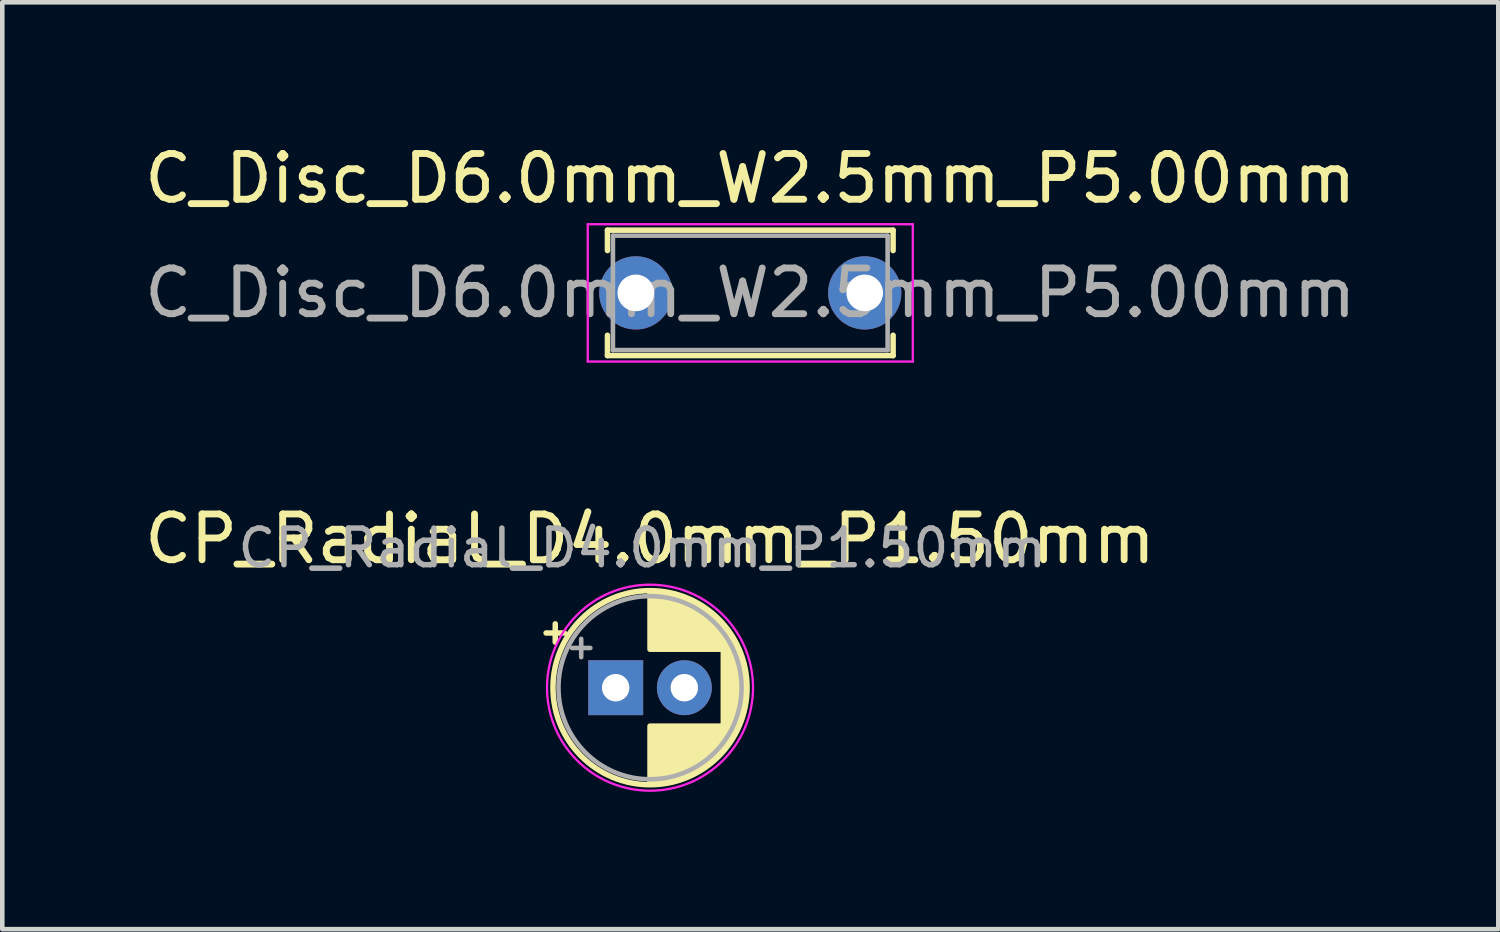
<source format=kicad_pcb>
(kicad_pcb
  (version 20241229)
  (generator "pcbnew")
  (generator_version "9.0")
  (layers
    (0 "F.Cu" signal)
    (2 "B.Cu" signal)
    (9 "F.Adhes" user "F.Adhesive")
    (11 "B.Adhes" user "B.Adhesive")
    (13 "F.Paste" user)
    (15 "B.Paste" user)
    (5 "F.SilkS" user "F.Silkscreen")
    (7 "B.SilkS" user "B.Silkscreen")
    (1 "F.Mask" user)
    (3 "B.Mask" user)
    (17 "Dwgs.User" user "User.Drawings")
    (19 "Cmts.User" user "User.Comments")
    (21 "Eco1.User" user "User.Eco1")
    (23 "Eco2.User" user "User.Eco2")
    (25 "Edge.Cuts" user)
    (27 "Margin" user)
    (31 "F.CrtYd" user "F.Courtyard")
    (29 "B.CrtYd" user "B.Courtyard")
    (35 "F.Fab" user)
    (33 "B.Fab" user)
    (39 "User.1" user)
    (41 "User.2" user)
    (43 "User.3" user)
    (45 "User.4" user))
  (footprint "C_Disc_D6.0mm_W2.5mm_P5.00mm"
    (layer "F.Cu")
    (at 10.839 3.348)
    (property "Reference" "C_Disc_D6.0mm_W2.5mm_P5.00mm" (at 2.5 -2.5 180) (layer "F.SilkS") (effects (font (size 1 1) (thickness 0.15))))
    (attr through_hole)
    (fp_line (start -0.62 -1.37) (end -0.62 -0.925) (stroke (width 0.12) (type solid)) (layer "F.SilkS"))
    (fp_line (start -0.62 -1.37) (end 5.62 -1.37) (stroke (width 0.12) (type solid)) (layer "F.SilkS"))
    (fp_line (start -0.62 0.925) (end -0.62 1.37) (stroke (width 0.12) (type solid)) (layer "F.SilkS"))
    (fp_line (start -0.62 1.37) (end 5.62 1.37) (stroke (width 0.12) (type solid)) (layer "F.SilkS"))
    (fp_line (start 5.62 -1.37) (end 5.62 -0.925) (stroke (width 0.12) (type solid)) (layer "F.SilkS"))
    (fp_line (start 5.62 0.925) (end 5.62 1.37) (stroke (width 0.12) (type solid)) (layer "F.SilkS"))
    (fp_line (start -1.05 -1.5) (end -1.05 1.5) (stroke (width 0.05) (type solid)) (layer "F.CrtYd"))
    (fp_line (start -1.05 1.5) (end 6.05 1.5) (stroke (width 0.05) (type solid)) (layer "F.CrtYd"))
    (fp_line (start 6.05 -1.5) (end -1.05 -1.5) (stroke (width 0.05) (type solid)) (layer "F.CrtYd"))
    (fp_line (start 6.05 1.5) (end 6.05 -1.5) (stroke (width 0.05) (type solid)) (layer "F.CrtYd"))
    (fp_line (start -0.5 -1.25) (end -0.5 1.25) (stroke (width 0.1) (type solid)) (layer "F.Fab"))
    (fp_line (start -0.5 1.25) (end 5.5 1.25) (stroke (width 0.1) (type solid)) (layer "F.Fab"))
    (fp_line (start 5.5 -1.25) (end -0.5 -1.25) (stroke (width 0.1) (type solid)) (layer "F.Fab"))
    (fp_line (start 5.5 1.25) (end 5.5 -1.25) (stroke (width 0.1) (type solid)) (layer "F.Fab"))
    (fp_text user "${REFERENCE}" (at 2.5 0 180) (layer "F.Fab") (effects (font (size 1 1) (thickness 0.15))))
    (pad "1" thru_hole circle (at 0 0) (size 1.6 1.6) (drill 0.8) (layers "*.Cu" "*.Mask"))
    (pad "2" thru_hole circle (at 5 0) (size 1.6 1.6) (drill 0.8) (layers "*.Cu" "*.Mask")))
  (footprint "CP_Radial_D4.0mm_P1.50mm"
    (layer "F.Cu")
    (at 10.399 11.972)
    (property "Reference" "CP_Radial_D4.0mm_P1.50mm" (at 0.75 -3.25 0) (layer "F.SilkS") (effects (font (size 1 1) (thickness 0.15))))
    (attr through_hole)
    (fp_line (start -1.52 -1.195) (end -1.12 -1.195) (stroke (width 0.12) (type solid)) (layer "F.SilkS"))
    (fp_line (start -1.32 -1.395) (end -1.32 -0.995) (stroke (width 0.12) (type solid)) (layer "F.SilkS"))
    (fp_line (start 0.75 -2.08) (end 0.75 -0.84) (stroke (width 0.12) (type solid)) (layer "F.SilkS"))
    (fp_line (start 0.75 0.84) (end 0.75 2.08) (stroke (width 0.12) (type solid)) (layer "F.SilkS"))
    (fp_line (start 0.79 -2.08) (end 0.79 -0.84) (stroke (width 0.12) (type solid)) (layer "F.SilkS"))
    (fp_line (start 0.79 0.84) (end 0.79 2.08) (stroke (width 0.12) (type solid)) (layer "F.SilkS"))
    (fp_line (start 0.83 -2.079) (end 0.83 -0.84) (stroke (width 0.12) (type solid)) (layer "F.SilkS"))
    (fp_line (start 0.83 0.84) (end 0.83 2.079) (stroke (width 0.12) (type solid)) (layer "F.SilkS"))
    (fp_line (start 0.87 -2.077) (end 0.87 -0.84) (stroke (width 0.12) (type solid)) (layer "F.SilkS"))
    (fp_line (start 0.87 0.84) (end 0.87 2.077) (stroke (width 0.12) (type solid)) (layer "F.SilkS"))
    (fp_line (start 0.91 -2.074) (end 0.91 -0.84) (stroke (width 0.12) (type solid)) (layer "F.SilkS"))
    (fp_line (start 0.91 0.84) (end 0.91 2.074) (stroke (width 0.12) (type solid)) (layer "F.SilkS"))
    (fp_line (start 0.95 -2.071) (end 0.95 -0.84) (stroke (width 0.12) (type solid)) (layer "F.SilkS"))
    (fp_line (start 0.95 0.84) (end 0.95 2.071) (stroke (width 0.12) (type solid)) (layer "F.SilkS"))
    (fp_line (start 0.99 -2.067) (end 0.99 -0.84) (stroke (width 0.12) (type solid)) (layer "F.SilkS"))
    (fp_line (start 0.99 0.84) (end 0.99 2.067) (stroke (width 0.12) (type solid)) (layer "F.SilkS"))
    (fp_line (start 1.03 -2.062) (end 1.03 -0.84) (stroke (width 0.12) (type solid)) (layer "F.SilkS"))
    (fp_line (start 1.03 0.84) (end 1.03 2.062) (stroke (width 0.12) (type solid)) (layer "F.SilkS"))
    (fp_line (start 1.07 -2.056) (end 1.07 -0.84) (stroke (width 0.12) (type solid)) (layer "F.SilkS"))
    (fp_line (start 1.07 0.84) (end 1.07 2.056) (stroke (width 0.12) (type solid)) (layer "F.SilkS"))
    (fp_line (start 1.11 -2.05) (end 1.11 -0.84) (stroke (width 0.12) (type solid)) (layer "F.SilkS"))
    (fp_line (start 1.11 0.84) (end 1.11 2.05) (stroke (width 0.12) (type solid)) (layer "F.SilkS"))
    (fp_line (start 1.15 -2.042) (end 1.15 -0.84) (stroke (width 0.12) (type solid)) (layer "F.SilkS"))
    (fp_line (start 1.15 0.84) (end 1.15 2.042) (stroke (width 0.12) (type solid)) (layer "F.SilkS"))
    (fp_line (start 1.19 -2.034) (end 1.19 -0.84) (stroke (width 0.12) (type solid)) (layer "F.SilkS"))
    (fp_line (start 1.19 0.84) (end 1.19 2.034) (stroke (width 0.12) (type solid)) (layer "F.SilkS"))
    (fp_line (start 1.23 -2.025) (end 1.23 -0.84) (stroke (width 0.12) (type solid)) (layer "F.SilkS"))
    (fp_line (start 1.23 0.84) (end 1.23 2.025) (stroke (width 0.12) (type solid)) (layer "F.SilkS"))
    (fp_line (start 1.27 -2.016) (end 1.27 -0.84) (stroke (width 0.12) (type solid)) (layer "F.SilkS"))
    (fp_line (start 1.27 0.84) (end 1.27 2.016) (stroke (width 0.12) (type solid)) (layer "F.SilkS"))
    (fp_line (start 1.31 -2.005) (end 1.31 -0.84) (stroke (width 0.12) (type solid)) (layer "F.SilkS"))
    (fp_line (start 1.31 0.84) (end 1.31 2.005) (stroke (width 0.12) (type solid)) (layer "F.SilkS"))
    (fp_line (start 1.35 -1.994) (end 1.35 -0.84) (stroke (width 0.12) (type solid)) (layer "F.SilkS"))
    (fp_line (start 1.35 0.84) (end 1.35 1.994) (stroke (width 0.12) (type solid)) (layer "F.SilkS"))
    (fp_line (start 1.39 -1.982) (end 1.39 -0.84) (stroke (width 0.12) (type solid)) (layer "F.SilkS"))
    (fp_line (start 1.39 0.84) (end 1.39 1.982) (stroke (width 0.12) (type solid)) (layer "F.SilkS"))
    (fp_line (start 1.43 -1.968) (end 1.43 -0.84) (stroke (width 0.12) (type solid)) (layer "F.SilkS"))
    (fp_line (start 1.43 0.84) (end 1.43 1.968) (stroke (width 0.12) (type solid)) (layer "F.SilkS"))
    (fp_line (start 1.471 -1.954) (end 1.471 -0.84) (stroke (width 0.12) (type solid)) (layer "F.SilkS"))
    (fp_line (start 1.471 0.84) (end 1.471 1.954) (stroke (width 0.12) (type solid)) (layer "F.SilkS"))
    (fp_line (start 1.511 -1.94) (end 1.511 -0.84) (stroke (width 0.12) (type solid)) (layer "F.SilkS"))
    (fp_line (start 1.511 0.84) (end 1.511 1.94) (stroke (width 0.12) (type solid)) (layer "F.SilkS"))
    (fp_line (start 1.551 -1.924) (end 1.551 -0.84) (stroke (width 0.12) (type solid)) (layer "F.SilkS"))
    (fp_line (start 1.551 0.84) (end 1.551 1.924) (stroke (width 0.12) (type solid)) (layer "F.SilkS"))
    (fp_line (start 1.591 -1.907) (end 1.591 -0.84) (stroke (width 0.12) (type solid)) (layer "F.SilkS"))
    (fp_line (start 1.591 0.84) (end 1.591 1.907) (stroke (width 0.12) (type solid)) (layer "F.SilkS"))
    (fp_line (start 1.631 -1.889) (end 1.631 -0.84) (stroke (width 0.12) (type solid)) (layer "F.SilkS"))
    (fp_line (start 1.631 0.84) (end 1.631 1.889) (stroke (width 0.12) (type solid)) (layer "F.SilkS"))
    (fp_line (start 1.671 -1.87) (end 1.671 -0.84) (stroke (width 0.12) (type solid)) (layer "F.SilkS"))
    (fp_line (start 1.671 0.84) (end 1.671 1.87) (stroke (width 0.12) (type solid)) (layer "F.SilkS"))
    (fp_line (start 1.711 -1.851) (end 1.711 -0.84) (stroke (width 0.12) (type solid)) (layer "F.SilkS"))
    (fp_line (start 1.711 0.84) (end 1.711 1.851) (stroke (width 0.12) (type solid)) (layer "F.SilkS"))
    (fp_line (start 1.751 -1.83) (end 1.751 -0.84) (stroke (width 0.12) (type solid)) (layer "F.SilkS"))
    (fp_line (start 1.751 0.84) (end 1.751 1.83) (stroke (width 0.12) (type solid)) (layer "F.SilkS"))
    (fp_line (start 1.791 -1.808) (end 1.791 -0.84) (stroke (width 0.12) (type solid)) (layer "F.SilkS"))
    (fp_line (start 1.791 0.84) (end 1.791 1.808) (stroke (width 0.12) (type solid)) (layer "F.SilkS"))
    (fp_line (start 1.831 -1.785) (end 1.831 -0.84) (stroke (width 0.12) (type solid)) (layer "F.SilkS"))
    (fp_line (start 1.831 0.84) (end 1.831 1.785) (stroke (width 0.12) (type solid)) (layer "F.SilkS"))
    (fp_line (start 1.871 -1.76) (end 1.871 -0.84) (stroke (width 0.12) (type solid)) (layer "F.SilkS"))
    (fp_line (start 1.871 0.84) (end 1.871 1.76) (stroke (width 0.12) (type solid)) (layer "F.SilkS"))
    (fp_line (start 1.911 -1.735) (end 1.911 -0.84) (stroke (width 0.12) (type solid)) (layer "F.SilkS"))
    (fp_line (start 1.911 0.84) (end 1.911 1.735) (stroke (width 0.12) (type solid)) (layer "F.SilkS"))
    (fp_line (start 1.951 -1.708) (end 1.951 -0.84) (stroke (width 0.12) (type solid)) (layer "F.SilkS"))
    (fp_line (start 1.951 0.84) (end 1.951 1.708) (stroke (width 0.12) (type solid)) (layer "F.SilkS"))
    (fp_line (start 1.991 -1.68) (end 1.991 -0.84) (stroke (width 0.12) (type solid)) (layer "F.SilkS"))
    (fp_line (start 1.991 0.84) (end 1.991 1.68) (stroke (width 0.12) (type solid)) (layer "F.SilkS"))
    (fp_line (start 2.031 -1.65) (end 2.031 -0.84) (stroke (width 0.12) (type solid)) (layer "F.SilkS"))
    (fp_line (start 2.031 0.84) (end 2.031 1.65) (stroke (width 0.12) (type solid)) (layer "F.SilkS"))
    (fp_line (start 2.071 -1.619) (end 2.071 -0.84) (stroke (width 0.12) (type solid)) (layer "F.SilkS"))
    (fp_line (start 2.071 0.84) (end 2.071 1.619) (stroke (width 0.12) (type solid)) (layer "F.SilkS"))
    (fp_line (start 2.111 -1.587) (end 2.111 -0.84) (stroke (width 0.12) (type solid)) (layer "F.SilkS"))
    (fp_line (start 2.111 0.84) (end 2.111 1.587) (stroke (width 0.12) (type solid)) (layer "F.SilkS"))
    (fp_line (start 2.151 -1.552) (end 2.151 -0.84) (stroke (width 0.12) (type solid)) (layer "F.SilkS"))
    (fp_line (start 2.151 0.84) (end 2.151 1.552) (stroke (width 0.12) (type solid)) (layer "F.SilkS"))
    (fp_line (start 2.191 -1.516) (end 2.191 -0.84) (stroke (width 0.12) (type solid)) (layer "F.SilkS"))
    (fp_line (start 2.191 0.84) (end 2.191 1.516) (stroke (width 0.12) (type solid)) (layer "F.SilkS"))
    (fp_line (start 2.231 -1.478) (end 2.231 -0.84) (stroke (width 0.12) (type solid)) (layer "F.SilkS"))
    (fp_line (start 2.231 0.84) (end 2.231 1.478) (stroke (width 0.12) (type solid)) (layer "F.SilkS"))
    (fp_line (start 2.271 -1.438) (end 2.271 -0.84) (stroke (width 0.12) (type solid)) (layer "F.SilkS"))
    (fp_line (start 2.271 0.84) (end 2.271 1.438) (stroke (width 0.12) (type solid)) (layer "F.SilkS"))
    (fp_line (start 2.311 -1.396) (end 2.311 -0.84) (stroke (width 0.12) (type solid)) (layer "F.SilkS"))
    (fp_line (start 2.311 0.84) (end 2.311 1.396) (stroke (width 0.12) (type solid)) (layer "F.SilkS"))
    (fp_line (start 2.351 -1.351) (end 2.351 1.351) (stroke (width 0.12) (type solid)) (layer "F.SilkS"))
    (fp_line (start 2.391 -1.304) (end 2.391 1.304) (stroke (width 0.12) (type solid)) (layer "F.SilkS"))
    (fp_line (start 2.431 -1.254) (end 2.431 1.254) (stroke (width 0.12) (type solid)) (layer "F.SilkS"))
    (fp_line (start 2.471 -1.2) (end 2.471 1.2) (stroke (width 0.12) (type solid)) (layer "F.SilkS"))
    (fp_line (start 2.511 -1.142) (end 2.511 1.142) (stroke (width 0.12) (type solid)) (layer "F.SilkS"))
    (fp_line (start 2.551 -1.08) (end 2.551 1.08) (stroke (width 0.12) (type solid)) (layer "F.SilkS"))
    (fp_line (start 2.591 -1.013) (end 2.591 1.013) (stroke (width 0.12) (type solid)) (layer "F.SilkS"))
    (fp_line (start 2.631 -0.94) (end 2.631 0.94) (stroke (width 0.12) (type solid)) (layer "F.SilkS"))
    (fp_line (start 2.671 -0.859) (end 2.671 0.859) (stroke (width 0.12) (type solid)) (layer "F.SilkS"))
    (fp_line (start 2.711 -0.768) (end 2.711 0.768) (stroke (width 0.12) (type solid)) (layer "F.SilkS"))
    (fp_line (start 2.751 -0.664) (end 2.751 0.664) (stroke (width 0.12) (type solid)) (layer "F.SilkS"))
    (fp_line (start 2.791 -0.537) (end 2.791 0.537) (stroke (width 0.12) (type solid)) (layer "F.SilkS"))
    (fp_line (start 2.831 -0.37) (end 2.831 0.37) (stroke (width 0.12) (type solid)) (layer "F.SilkS"))
    (fp_circle (center 0.75 0) (end 2.87 0) (stroke (width 0.12) (type solid)) (fill no) (layer "F.SilkS"))
    (fp_circle (center 0.75 0) (end 3 0) (stroke (width 0.05) (type solid)) (fill no) (layer "F.CrtYd"))
    (fp_line (start -0.953 -0.868) (end -0.553 -0.868) (stroke (width 0.1) (type solid)) (layer "F.Fab"))
    (fp_line (start -0.753 -1.067) (end -0.753 -0.667) (stroke (width 0.1) (type solid)) (layer "F.Fab"))
    (fp_circle (center 0.75 0) (end 2.75 0) (stroke (width 0.1) (type solid)) (fill no) (layer "F.Fab"))
    (fp_text user "${REFERENCE}" (at 0.581 -3.051 0) (layer "F.Fab") (effects (font (size 0.8 0.8) (thickness 0.12))))
    (pad "1" thru_hole rect (at 0 0) (size 1.2 1.2) (drill 0.6) (layers "*.Cu" "*.Mask"))
    (pad "2" thru_hole circle (at 1.5 0) (size 1.2 1.2) (drill 0.6) (layers "*.Cu" "*.Mask")))
  (gr_rect
    (start -3 -3)
    (end 29.679 17.247)
    (stroke (width 0.1) (type default))
    (fill no)
    (layer "Edge.Cuts")))
</source>
